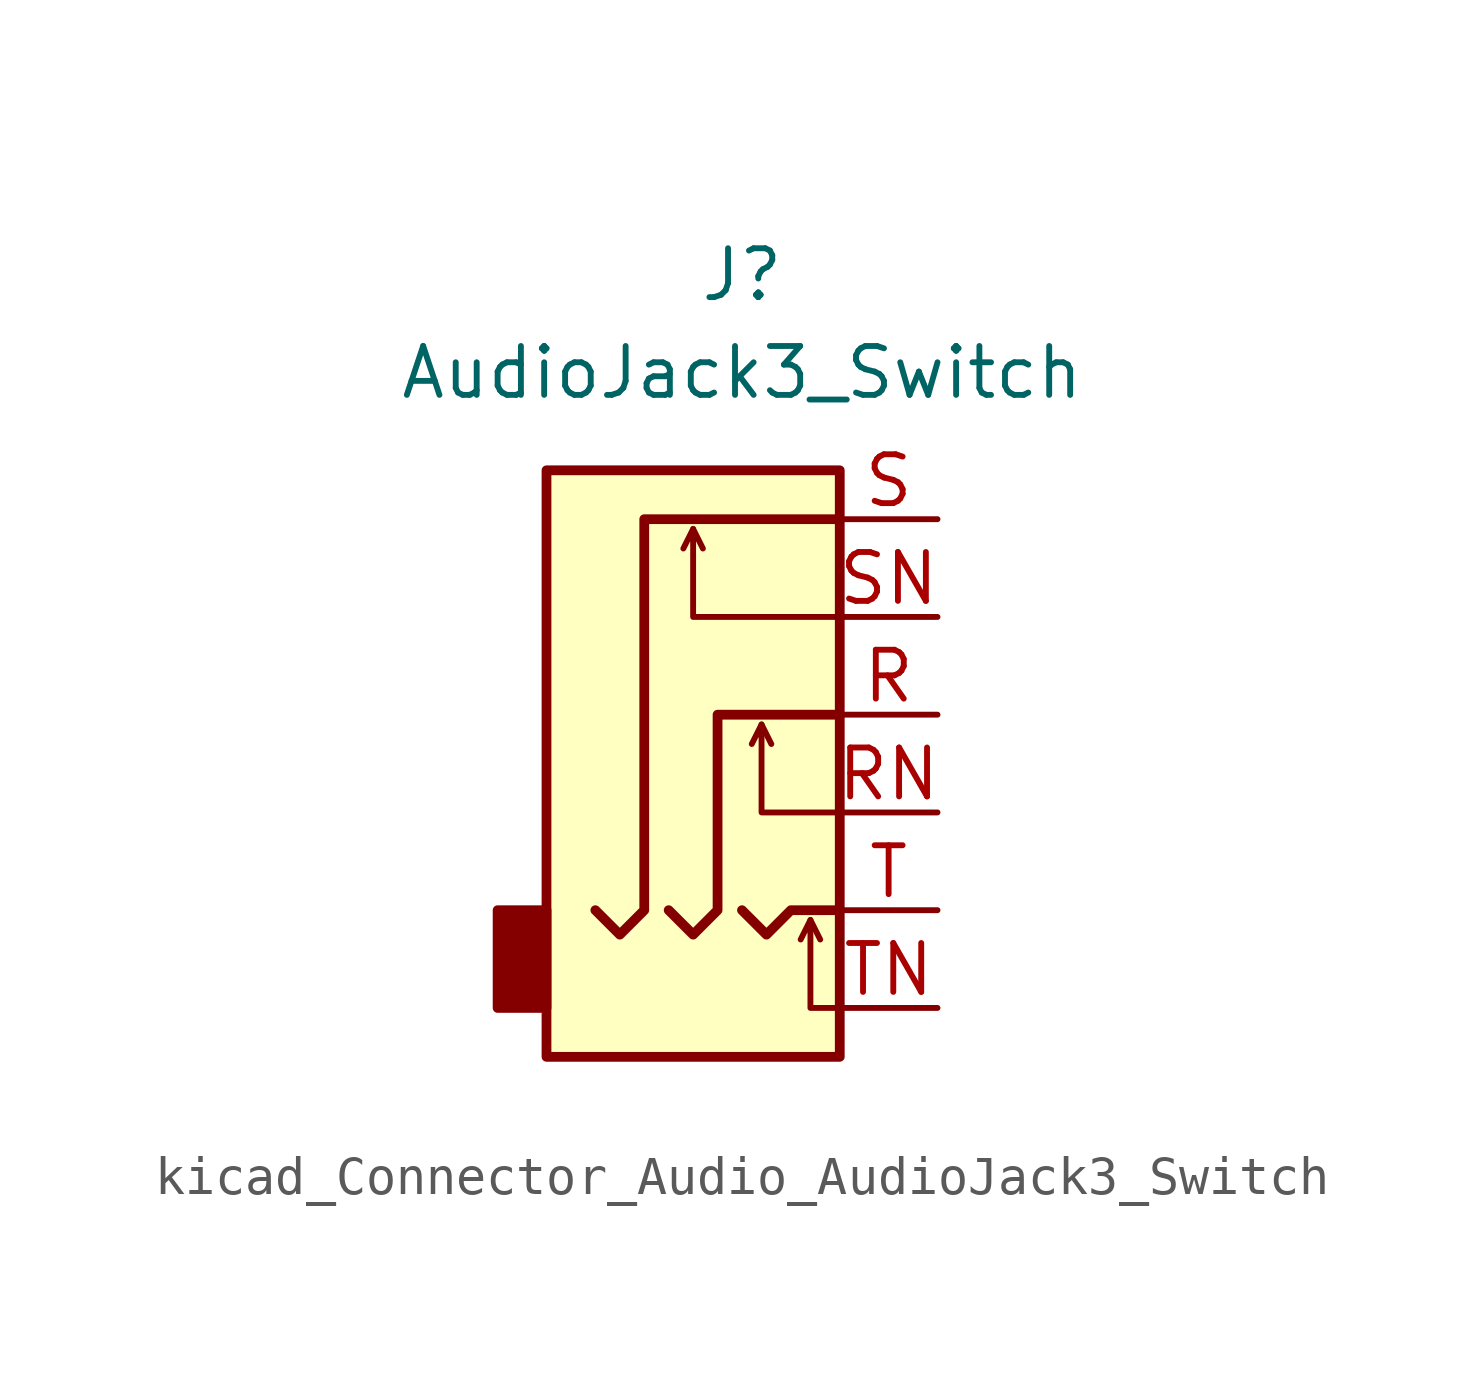
<source format=kicad_sym>
(kicad_symbol_lib
  (version 20220914)
  (generator kicad_symbol_editor)
  (symbol "kicad_Connector_Audio_AudioJack3_Switch"
    (property "Reference" "J"
      (at 0 11.43 0)
      (effects (font (size 1.27 1.27))))
    (property "Value" "AudioJack3_Switch"
      (at 0 8.89 0)
      (effects (font (size 1.27 1.27))))
    (symbol "kicad_Connector_Audio_AudioJack3_Switch_0_1"
      (rectangle (start -5.08 -5.08) (end -6.35 -7.62) (stroke (width 0.254) (type default)) (fill (type outline)))
      (polyline (pts (xy -1.27 4.826) (xy -1.016 4.318)) (stroke (width 0) (type default)) (fill (type none)))
      (polyline (pts (xy 0.508 -0.254) (xy 0.762 -0.762)) (stroke (width 0) (type default)) (fill (type none)))
      (polyline (pts (xy 1.778 -5.334) (xy 2.032 -5.842)) (stroke (width 0) (type default)) (fill (type none)))
      (polyline (pts (xy 0 -5.08) (xy 0.635 -5.715) (xy 1.27 -5.08) (xy 2.54 -5.08)) (stroke (width 0.254) (type default)) (fill (type none)))
      (polyline (pts (xy 2.54 -7.62) (xy 1.778 -7.62) (xy 1.778 -5.334) (xy 1.524 -5.842)) (stroke (width 0) (type default)) (fill (type none)))
      (polyline (pts (xy 2.54 -2.54) (xy 0.508 -2.54) (xy 0.508 -0.254) (xy 0.254 -0.762)) (stroke (width 0) (type default)) (fill (type none)))
      (polyline (pts (xy 2.54 2.54) (xy -1.27 2.54) (xy -1.27 4.826) (xy -1.524 4.318)) (stroke (width 0) (type default)) (fill (type none)))
      (polyline (pts (xy -1.905 -5.08) (xy -1.27 -5.715) (xy -0.635 -5.08) (xy -0.635 0) (xy 2.54 0)) (stroke (width 0.254) (type default)) (fill (type none)))
      (polyline (pts (xy 2.54 5.08) (xy -2.54 5.08) (xy -2.54 -5.08) (xy -3.175 -5.715) (xy -3.81 -5.08)) (stroke (width 0.254) (type default)) (fill (type none)))
      (rectangle (start 2.54 6.35) (end -5.08 -8.89) (stroke (width 0.254) (type default)) (fill (type background))))
    (symbol "kicad_Connector_Audio_AudioJack3_Switch_1_1"
      (pin passive line (at 5.08 0 180) (length 2.54) (name "~" (effects (font (size 1.27 1.27)))) (number "R" (effects (font (size 1.27 1.27)))))
      (pin passive line (at 5.08 -2.54 180) (length 2.54) (name "~" (effects (font (size 1.27 1.27)))) (number "RN" (effects (font (size 1.27 1.27)))))
      (pin passive line (at 5.08 5.08 180) (length 2.54) (name "~" (effects (font (size 1.27 1.27)))) (number "S" (effects (font (size 1.27 1.27)))))
      (pin passive line (at 5.08 2.54 180) (length 2.54) (name "~" (effects (font (size 1.27 1.27)))) (number "SN" (effects (font (size 1.27 1.27)))))
      (pin passive line (at 5.08 -5.08 180) (length 2.54) (name "~" (effects (font (size 1.27 1.27)))) (number "T" (effects (font (size 1.27 1.27)))))
      (pin passive line (at 5.08 -7.62 180) (length 2.54) (name "~" (effects (font (size 1.27 1.27)))) (number "TN" (effects (font (size 1.27 1.27))))))))
</source>
